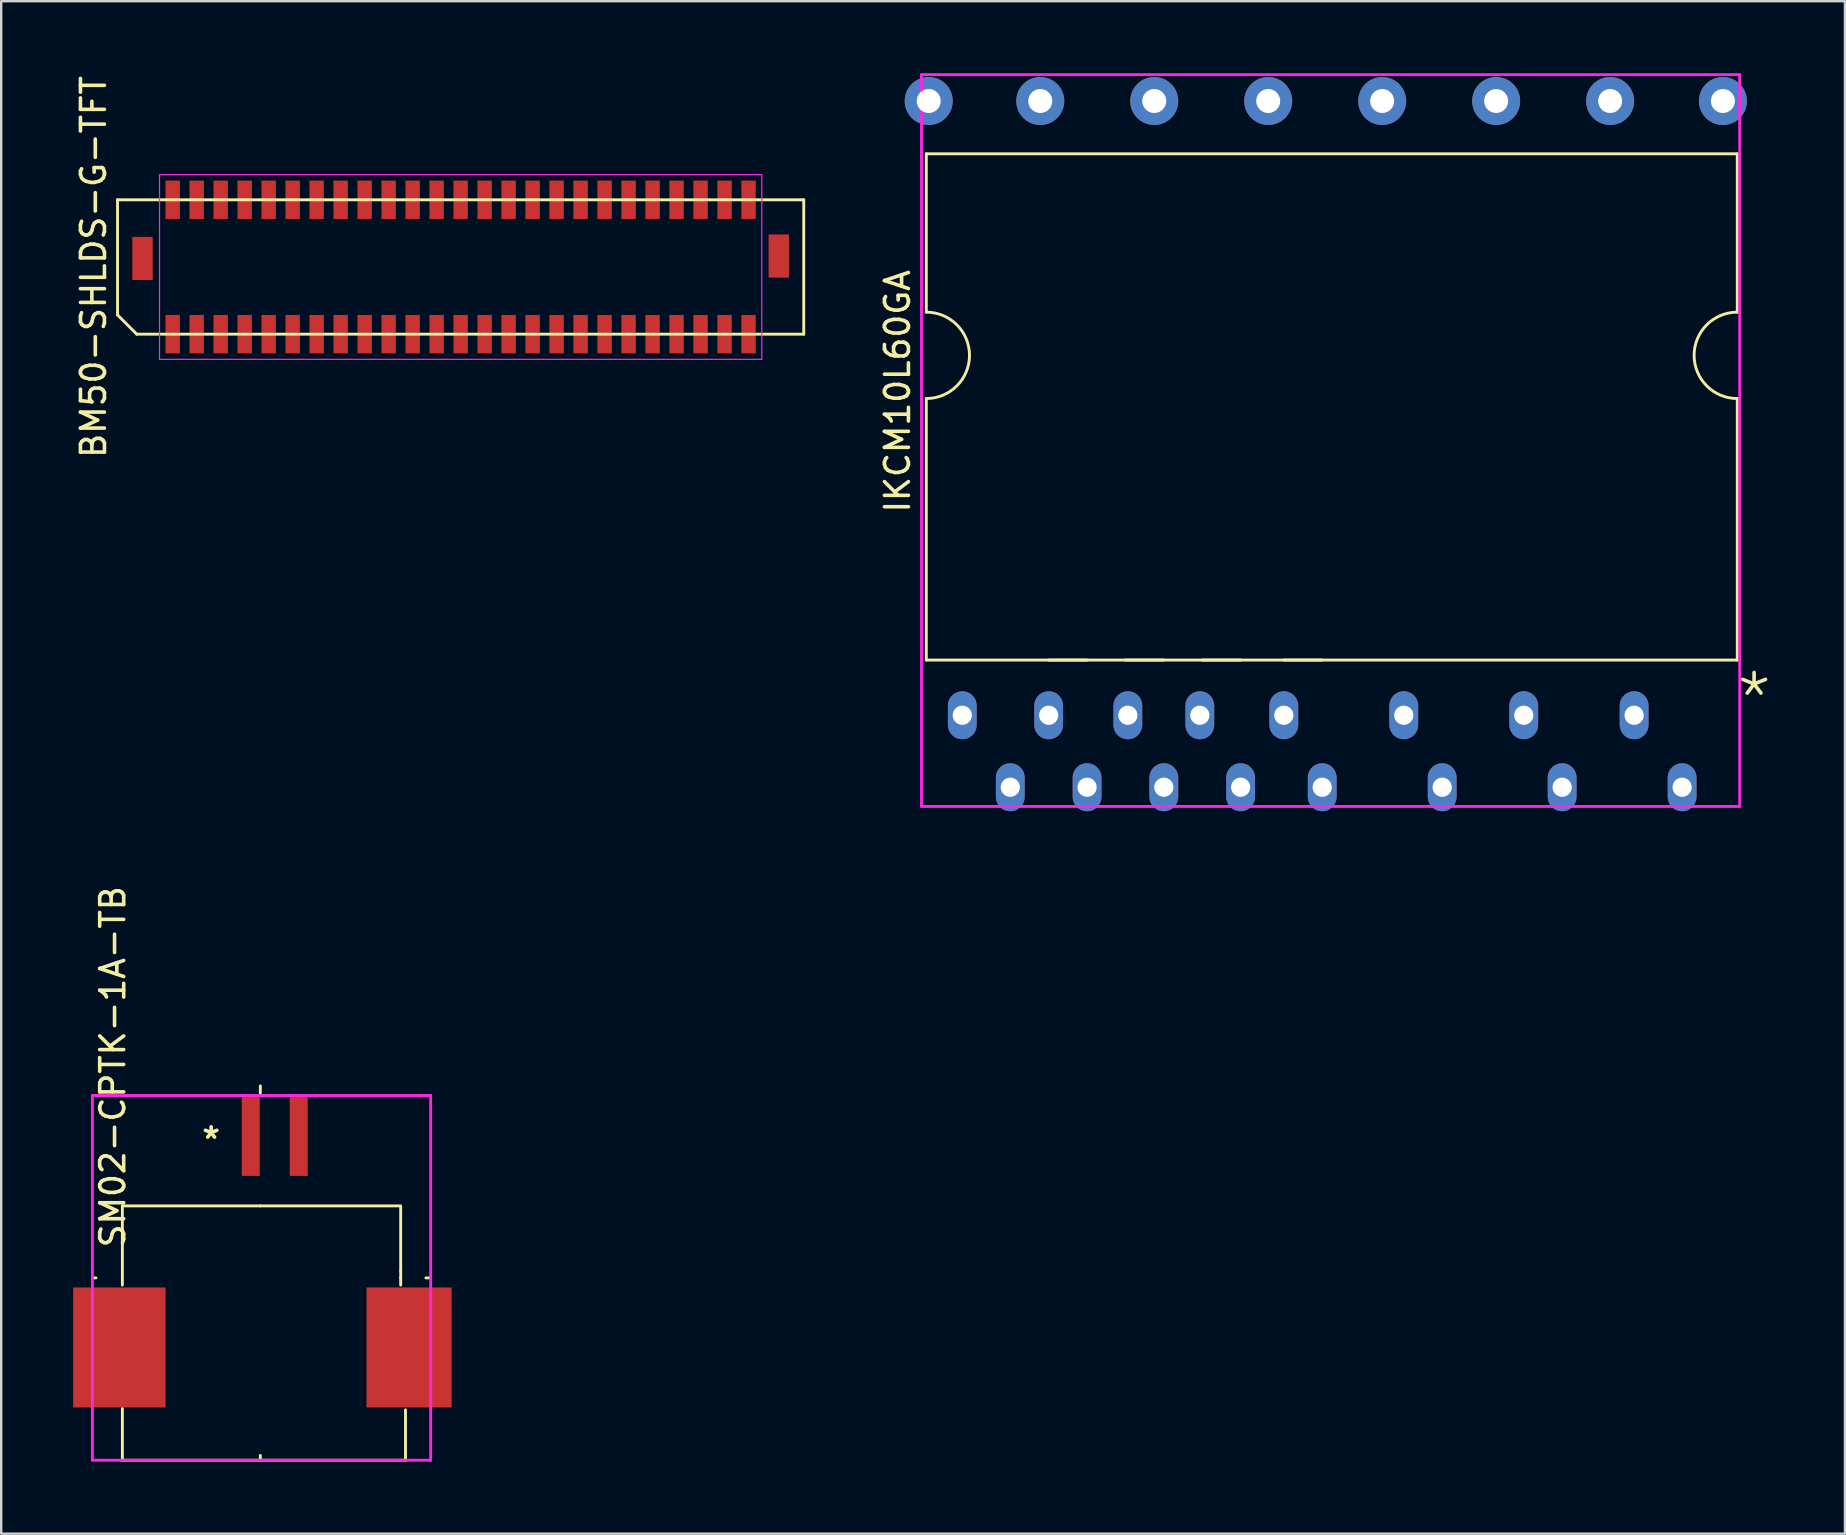
<source format=kicad_pcb>
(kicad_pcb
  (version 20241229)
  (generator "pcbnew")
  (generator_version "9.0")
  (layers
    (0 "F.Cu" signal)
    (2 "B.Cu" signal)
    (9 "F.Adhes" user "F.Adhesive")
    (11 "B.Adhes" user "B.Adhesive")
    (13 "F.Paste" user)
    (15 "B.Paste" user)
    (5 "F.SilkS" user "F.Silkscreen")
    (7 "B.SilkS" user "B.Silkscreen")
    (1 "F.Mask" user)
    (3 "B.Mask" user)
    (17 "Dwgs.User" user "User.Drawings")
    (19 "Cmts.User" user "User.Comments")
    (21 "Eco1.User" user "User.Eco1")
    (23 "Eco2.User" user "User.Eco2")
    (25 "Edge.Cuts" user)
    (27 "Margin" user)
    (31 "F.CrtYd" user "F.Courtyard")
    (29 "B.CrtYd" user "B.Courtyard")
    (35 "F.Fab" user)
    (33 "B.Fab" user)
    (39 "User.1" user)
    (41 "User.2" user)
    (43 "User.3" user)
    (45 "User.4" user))
  (footprint "BM50-SHLDS-G-TFT"
    (layer "F.Cu")
    (at 16.148 8.077)
    (property "Reference" "BM50-SHLDS-G-TFT" (at -15.3 0 90) (layer "F.SilkS") (effects (font (size 1 1) (thickness 0.15))))
    (attr smd)
    (fp_line (start -14.3 -2.8) (end 14.3 -2.8) (stroke (width 0.12) (type solid)) (layer "F.SilkS"))
    (fp_line (start -14.3 2) (end -14.3 -2.8) (stroke (width 0.12) (type solid)) (layer "F.SilkS"))
    (fp_line (start -13.5 2.8) (end -14.3 2) (stroke (width 0.12) (type solid)) (layer "F.SilkS"))
    (fp_line (start 14.3 -2.8) (end 14.3 2.8) (stroke (width 0.12) (type solid)) (layer "F.SilkS"))
    (fp_line (start 14.3 2.8) (end -13.5 2.8) (stroke (width 0.12) (type solid)) (layer "F.SilkS"))
    (fp_line (start -12.55 -3.85) (end 12.55 -3.85) (stroke (width 0.05) (type solid)) (layer "F.CrtYd"))
    (fp_line (start -12.55 3.85) (end -12.55 -3.85) (stroke (width 0.05) (type solid)) (layer "F.CrtYd"))
    (fp_line (start 12.55 -3.85) (end 12.55 3.85) (stroke (width 0.05) (type solid)) (layer "F.CrtYd"))
    (fp_line (start 12.55 3.85) (end -12.55 3.85) (stroke (width 0.05) (type solid)) (layer "F.CrtYd"))
    (pad "1" smd rect (at -12 2.8) (size 0.6 1.6) (layers "F.Cu" "F.Mask" "F.Paste"))
    (pad "2" smd rect (at -12 -2.8) (size 0.6 1.6) (layers "F.Cu" "F.Mask" "F.Paste"))
    (pad "3" smd rect (at -11 2.8) (size 0.6 1.6) (layers "F.Cu" "F.Mask" "F.Paste"))
    (pad "4" smd rect (at -11 -2.8) (size 0.6 1.6) (layers "F.Cu" "F.Mask" "F.Paste"))
    (pad "5" smd rect (at -10 2.8) (size 0.6 1.6) (layers "F.Cu" "F.Mask" "F.Paste"))
    (pad "6" smd rect (at -10 -2.8) (size 0.6 1.6) (layers "F.Cu" "F.Mask" "F.Paste"))
    (pad "7" smd rect (at -9 2.8) (size 0.6 1.6) (layers "F.Cu" "F.Mask" "F.Paste"))
    (pad "8" smd rect (at -9 -2.8) (size 0.6 1.6) (layers "F.Cu" "F.Mask" "F.Paste"))
    (pad "9" smd rect (at -8 2.8) (size 0.6 1.6) (layers "F.Cu" "F.Mask" "F.Paste"))
    (pad "10" smd rect (at -8 -2.8) (size 0.6 1.6) (layers "F.Cu" "F.Mask" "F.Paste"))
    (pad "11" smd rect (at -7 2.8) (size 0.6 1.6) (layers "F.Cu" "F.Mask" "F.Paste"))
    (pad "12" smd rect (at -7 -2.8) (size 0.6 1.6) (layers "F.Cu" "F.Mask" "F.Paste"))
    (pad "13" smd rect (at -6 2.8) (size 0.6 1.6) (layers "F.Cu" "F.Mask" "F.Paste"))
    (pad "14" smd rect (at -6 -2.8) (size 0.6 1.6) (layers "F.Cu" "F.Mask" "F.Paste"))
    (pad "15" smd rect (at -5 2.8) (size 0.6 1.6) (layers "F.Cu" "F.Mask" "F.Paste"))
    (pad "16" smd rect (at -5 -2.8) (size 0.6 1.6) (layers "F.Cu" "F.Mask" "F.Paste"))
    (pad "17" smd rect (at -4 2.8) (size 0.6 1.6) (layers "F.Cu" "F.Mask" "F.Paste"))
    (pad "18" smd rect (at -4 -2.8) (size 0.6 1.6) (layers "F.Cu" "F.Mask" "F.Paste"))
    (pad "19" smd rect (at -3 2.8) (size 0.6 1.6) (layers "F.Cu" "F.Mask" "F.Paste"))
    (pad "20" smd rect (at -3 -2.8) (size 0.6 1.6) (layers "F.Cu" "F.Mask" "F.Paste"))
    (pad "21" smd rect (at -2 2.8) (size 0.6 1.6) (layers "F.Cu" "F.Mask" "F.Paste"))
    (pad "22" smd rect (at -2 -2.8) (size 0.6 1.6) (layers "F.Cu" "F.Mask" "F.Paste"))
    (pad "23" smd rect (at -1 2.8) (size 0.6 1.6) (layers "F.Cu" "F.Mask" "F.Paste"))
    (pad "24" smd rect (at -1 -2.8) (size 0.6 1.6) (layers "F.Cu" "F.Mask" "F.Paste"))
    (pad "25" smd rect (at 0 2.8) (size 0.6 1.6) (layers "F.Cu" "F.Mask" "F.Paste"))
    (pad "26" smd rect (at 0 -2.8) (size 0.6 1.6) (layers "F.Cu" "F.Mask" "F.Paste"))
    (pad "27" smd rect (at 1 2.8) (size 0.6 1.6) (layers "F.Cu" "F.Mask" "F.Paste"))
    (pad "28" smd rect (at 1 -2.8) (size 0.6 1.6) (layers "F.Cu" "F.Mask" "F.Paste"))
    (pad "29" smd rect (at 2 2.8) (size 0.6 1.6) (layers "F.Cu" "F.Mask" "F.Paste"))
    (pad "30" smd rect (at 2 -2.8) (size 0.6 1.6) (layers "F.Cu" "F.Mask" "F.Paste"))
    (pad "31" smd rect (at 3 2.8) (size 0.6 1.6) (layers "F.Cu" "F.Mask" "F.Paste"))
    (pad "32" smd rect (at 3 -2.8) (size 0.6 1.6) (layers "F.Cu" "F.Mask" "F.Paste"))
    (pad "33" smd rect (at 4 2.8) (size 0.6 1.6) (layers "F.Cu" "F.Mask" "F.Paste"))
    (pad "34" smd rect (at 4 -2.8) (size 0.6 1.6) (layers "F.Cu" "F.Mask" "F.Paste"))
    (pad "35" smd rect (at 5 2.8) (size 0.6 1.6) (layers "F.Cu" "F.Mask" "F.Paste"))
    (pad "36" smd rect (at 5 -2.8) (size 0.6 1.6) (layers "F.Cu" "F.Mask" "F.Paste"))
    (pad "37" smd rect (at 6 2.8) (size 0.6 1.6) (layers "F.Cu" "F.Mask" "F.Paste"))
    (pad "38" smd rect (at 6 -2.8) (size 0.6 1.6) (layers "F.Cu" "F.Mask" "F.Paste"))
    (pad "39" smd rect (at 7 2.8) (size 0.6 1.6) (layers "F.Cu" "F.Mask" "F.Paste"))
    (pad "40" smd rect (at 7 -2.8) (size 0.6 1.6) (layers "F.Cu" "F.Mask" "F.Paste"))
    (pad "41" smd rect (at 8 2.8) (size 0.6 1.6) (layers "F.Cu" "F.Mask" "F.Paste"))
    (pad "42" smd rect (at 8 -2.8) (size 0.6 1.6) (layers "F.Cu" "F.Mask" "F.Paste"))
    (pad "43" smd rect (at 9 2.8) (size 0.6 1.6) (layers "F.Cu" "F.Mask" "F.Paste"))
    (pad "44" smd rect (at 9 -2.8) (size 0.6 1.6) (layers "F.Cu" "F.Mask" "F.Paste"))
    (pad "45" smd rect (at 10 2.8) (size 0.6 1.6) (layers "F.Cu" "F.Mask" "F.Paste"))
    (pad "46" smd rect (at 10 -2.8) (size 0.6 1.6) (layers "F.Cu" "F.Mask" "F.Paste"))
    (pad "47" smd rect (at 11 2.8) (size 0.6 1.6) (layers "F.Cu" "F.Mask" "F.Paste"))
    (pad "48" smd rect (at 11 -2.8) (size 0.6 1.6) (layers "F.Cu" "F.Mask" "F.Paste"))
    (pad "49" smd rect (at 12 2.8) (size 0.6 1.6) (layers "F.Cu" "F.Mask" "F.Paste"))
    (pad "50" smd rect (at 12 -2.8) (size 0.6 1.6) (layers "F.Cu" "F.Mask" "F.Paste"))
    (pad "MP1" smd rect (at 13.259 -0.457) (size 0.85 1.8) (layers "F.Cu" "F.Mask" "F.Paste"))
    (pad "MP2" smd rect (at -13.259 -0.356) (size 0.85 1.8) (layers "F.Cu" "F.Mask" "F.Paste")))
  (footprint "IKCM10L60GA"
    (layer "F.Cu")
    (at 52.456 13.96)
    (property "Reference" "IKCM10L60GA" (at -18.1 -0.7 270) (layer "F.SilkS") (effects (font (size 1 1) (thickness 0.15))))
    (attr through_hole)
    (fp_line (start -16.9 -10.6) (end -16.9 -4) (stroke (width 0.12) (type solid)) (layer "F.SilkS"))
    (fp_line (start -16.9 -10.6) (end 16.9 -10.6) (stroke (width 0.12) (type solid)) (layer "F.SilkS"))
    (fp_line (start -16.9 -0.4) (end -16.9 10.5) (stroke (width 0.12) (type solid)) (layer "F.SilkS"))
    (fp_line (start -16.9 10.5) (end 16.9 10.5) (stroke (width 0.12) (type solid)) (layer "F.SilkS"))
    (fp_line (start -11.8 10.5) (end -10.2 10.5) (stroke (width 0.12) (type solid)) (layer "F.SilkS"))
    (fp_line (start -8.6 10.5) (end -7 10.5) (stroke (width 0.12) (type solid)) (layer "F.SilkS"))
    (fp_line (start -5.4 10.5) (end -3.8 10.5) (stroke (width 0.12) (type solid)) (layer "F.SilkS"))
    (fp_line (start -2 10.5) (end -0.4 10.5) (stroke (width 0.12) (type solid)) (layer "F.SilkS"))
    (fp_line (start 16.9 -4) (end 16.9 -10.6) (stroke (width 0.12) (type solid)) (layer "F.SilkS"))
    (fp_line (start 16.9 -0.4) (end 16.9 10.5) (stroke (width 0.12) (type solid)) (layer "F.SilkS"))
    (fp_arc (start -16.9 -4) (mid -15.1 -2.2) (end -16.9 -0.4) (stroke (width 0.12) (type solid)) (layer "F.SilkS"))
    (fp_arc (start 16.9 -0.4) (mid 15.1 -2.2) (end 16.9 -4) (stroke (width 0.12) (type solid)) (layer "F.SilkS"))
    (fp_line (start -17.1 -13.9) (end -17.1 -10.8) (stroke (width 0.12) (type solid)) (layer "F.CrtYd"))
    (fp_line (start -17.1 -10.8) (end -17.1 10.7) (stroke (width 0.12) (type solid)) (layer "F.CrtYd"))
    (fp_line (start -17.1 10.7) (end -17.1 16.6) (stroke (width 0.12) (type solid)) (layer "F.CrtYd"))
    (fp_line (start -17.1 16.6) (end 17 16.6) (stroke (width 0.12) (type solid)) (layer "F.CrtYd"))
    (fp_line (start 17 -13.9) (end -17.1 -13.9) (stroke (width 0.12) (type solid)) (layer "F.CrtYd"))
    (fp_line (start 17 16.6) (end 17 -13.9) (stroke (width 0.12) (type solid)) (layer "F.CrtYd"))
    (fp_text user "*" (at 17.6 12.1 180) (layer "F.SilkS") (effects (font (size 2 2) (thickness 0.15))))
    (pad "1" thru_hole oval (at 14.6 15.8) (size 1.2 2) (drill 0.8) (layers "*.Cu" "*.Mask"))
    (pad "2" thru_hole oval (at 12.6 12.8) (size 1.2 2) (drill 0.8) (layers "*.Cu" "*.Mask"))
    (pad "3" thru_hole oval (at 9.6 15.8) (size 1.2 2) (drill 0.8) (layers "*.Cu" "*.Mask"))
    (pad "4" thru_hole oval (at 8 12.8) (size 1.2 2) (drill 0.8) (layers "*.Cu" "*.Mask"))
    (pad "5" thru_hole oval (at 4.6 15.8) (size 1.2 2) (drill 0.8) (layers "*.Cu" "*.Mask"))
    (pad "6" thru_hole oval (at 3 12.8) (size 1.2 2) (drill 0.8) (layers "*.Cu" "*.Mask"))
    (pad "7" thru_hole oval (at -0.4 15.8) (size 1.2 2) (drill 0.8) (layers "*.Cu" "*.Mask"))
    (pad "8" thru_hole oval (at -2 12.8) (size 1.2 2) (drill 0.8) (layers "*.Cu" "*.Mask"))
    (pad "9" thru_hole oval (at -3.8 15.8) (size 1.2 2) (drill 0.8) (layers "*.Cu" "*.Mask"))
    (pad "10" thru_hole oval (at -5.5 12.8) (size 1.2 2) (drill 0.8) (layers "*.Cu" "*.Mask"))
    (pad "11" thru_hole oval (at -7 15.8) (size 1.2 2) (drill 0.8) (layers "*.Cu" "*.Mask"))
    (pad "12" thru_hole oval (at -8.5 12.8) (size 1.2 2) (drill 0.8) (layers "*.Cu" "*.Mask"))
    (pad "13" thru_hole oval (at -10.2 15.8) (size 1.2 2) (drill 0.8) (layers "*.Cu" "*.Mask"))
    (pad "14" thru_hole oval (at -11.8 12.8) (size 1.2 2) (drill 0.8) (layers "*.Cu" "*.Mask"))
    (pad "15" thru_hole oval (at -13.4 15.8) (size 1.2 2) (drill 0.8) (layers "*.Cu" "*.Mask"))
    (pad "16" thru_hole oval (at -15.4 12.8) (size 1.2 2) (drill 0.8) (layers "*.Cu" "*.Mask"))
    (pad "17" thru_hole oval (at -16.8 -12.8) (size 2 2) (drill 1) (layers "*.Cu" "*.Mask"))
    (pad "18" thru_hole oval (at -12.15 -12.8) (size 2 2) (drill 1) (layers "*.Cu" "*.Mask"))
    (pad "19" thru_hole oval (at -7.4 -12.8) (size 2 2) (drill 1) (layers "*.Cu" "*.Mask"))
    (pad "20" thru_hole oval (at -2.65 -12.8) (size 2 2) (drill 1) (layers "*.Cu" "*.Mask"))
    (pad "21" thru_hole oval (at 2.1 -12.8) (size 2 2) (drill 1) (layers "*.Cu" "*.Mask"))
    (pad "22" thru_hole oval (at 6.85 -12.8) (size 2 2) (drill 1) (layers "*.Cu" "*.Mask"))
    (pad "23" thru_hole oval (at 11.6 -12.8) (size 2 2) (drill 1) (layers "*.Cu" "*.Mask"))
    (pad "24" thru_hole oval (at 16.3 -12.8) (size 2 2) (drill 1) (layers "*.Cu" "*.Mask")))
  (footprint "SM02-CPTK-1A-TB"
    (layer "F.Cu")
    (at 7.85 50.209)
    (property "Reference" "SM02-CPTK-1A-TB" (at -6.2 -8.8 270) (layer "F.SilkS") (effects (font (size 1 1) (thickness 0.15))))
    (attr through_hole)
    (fp_line (start -7.05 0) (end -6.9 0) (stroke (width 0.12) (type solid)) (layer "F.SilkS"))
    (fp_line (start -5.8 0.3) (end -5.8 -3) (stroke (width 0.12) (type solid)) (layer "F.SilkS"))
    (fp_line (start -5.8 5.45) (end -5.8 7.6) (stroke (width 0.12) (type solid)) (layer "F.SilkS"))
    (fp_line (start -5.8 7.6) (end 6 7.6) (stroke (width 0.12) (type solid)) (layer "F.SilkS"))
    (fp_line (start -0.05 -8) (end -0.05 -7.7) (stroke (width 0.12) (type solid)) (layer "F.SilkS"))
    (fp_line (start -0.05 -3) (end -5.8 -3) (stroke (width 0.12) (type solid)) (layer "F.SilkS"))
    (fp_line (start -0.05 -3) (end 5.8 -3) (stroke (width 0.12) (type solid)) (layer "F.SilkS"))
    (fp_line (start -0.05 7.6) (end -0.05 7.4) (stroke (width 0.12) (type solid)) (layer "F.SilkS"))
    (fp_line (start 5.8 -0.3) (end 5.8 -2.95) (stroke (width 0.12) (type solid)) (layer "F.SilkS"))
    (fp_line (start 5.8 0) (end 5.8 -0.3) (stroke (width 0.12) (type solid)) (layer "F.SilkS"))
    (fp_line (start 5.8 0) (end 5.8 0.3) (stroke (width 0.12) (type solid)) (layer "F.SilkS"))
    (fp_line (start 6 7.6) (end 6 5.5) (stroke (width 0.12) (type solid)) (layer "F.SilkS"))
    (fp_line (start 7.05 0) (end 6.85 0) (stroke (width 0.12) (type solid)) (layer "F.SilkS"))
    (fp_line (start -7.05 -7.6) (end 7.05 -7.6) (stroke (width 0.12) (type solid)) (layer "F.CrtYd"))
    (fp_line (start -7.05 7.6) (end -7.05 -7.6) (stroke (width 0.12) (type solid)) (layer "F.CrtYd"))
    (fp_line (start -7.05 7.6) (end 7.05 7.6) (stroke (width 0.12) (type solid)) (layer "F.CrtYd"))
    (fp_line (start 7.05 7.6) (end 7.05 -7.6) (stroke (width 0.12) (type solid)) (layer "F.CrtYd"))
    (fp_text user "*" (at -2.1 -5.75 0) (layer "F.SilkS") (effects (font (size 1 1) (thickness 0.15))))
    (pad "1" smd rect (at -0.45 -5.9) (size 0.75 3.3) (layers "F.Cu" "F.Mask" "F.Paste"))
    (pad "2" smd rect (at 1.55 -5.9) (size 0.75 3.3) (layers "F.Cu" "F.Mask" "F.Paste"))
    (pad "MP" smd rect (at -5.925 2.9) (size 3.85 5) (layers "F.Cu" "F.Mask" "F.Paste"))
    (pad "MP" smd rect (at 6.15 2.9) (size 3.55 5) (layers "F.Cu" "F.Mask" "F.Paste")))
  (gr_rect
    (start -3 -3)
    (end 73.843 60.869)
    (stroke (width 0.1) (type default))
    (fill no)
    (layer "Edge.Cuts")))
</source>
